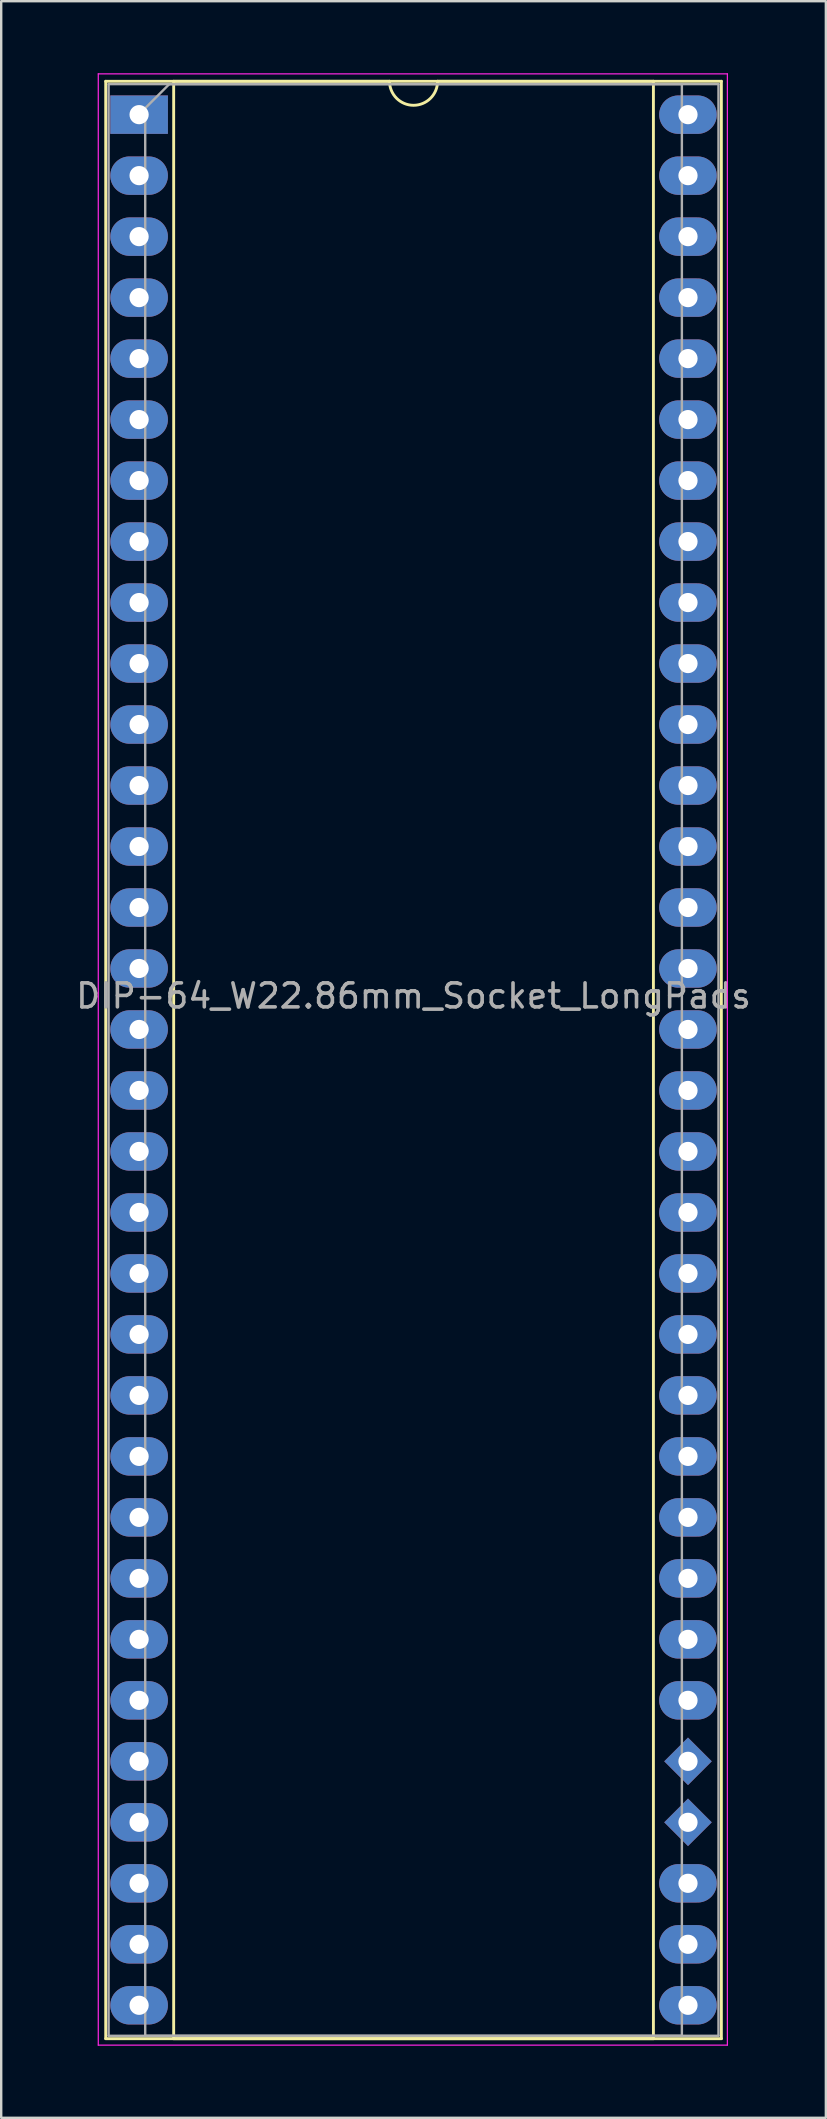
<source format=kicad_pcb>
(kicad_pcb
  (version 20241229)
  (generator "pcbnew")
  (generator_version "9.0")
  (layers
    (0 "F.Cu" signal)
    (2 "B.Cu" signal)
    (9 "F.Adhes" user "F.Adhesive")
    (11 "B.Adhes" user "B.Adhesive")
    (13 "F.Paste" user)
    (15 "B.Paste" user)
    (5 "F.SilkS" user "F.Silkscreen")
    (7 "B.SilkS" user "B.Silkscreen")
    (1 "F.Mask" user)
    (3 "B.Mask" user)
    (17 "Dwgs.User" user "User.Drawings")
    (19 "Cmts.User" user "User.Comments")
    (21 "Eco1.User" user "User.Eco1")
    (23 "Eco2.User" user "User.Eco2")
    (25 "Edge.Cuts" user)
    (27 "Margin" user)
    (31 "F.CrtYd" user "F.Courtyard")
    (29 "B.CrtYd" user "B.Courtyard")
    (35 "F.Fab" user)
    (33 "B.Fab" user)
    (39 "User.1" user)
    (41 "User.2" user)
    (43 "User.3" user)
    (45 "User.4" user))
  (footprint "DIP-64_W22.86mm_Socket_LongPads"
    (layer "F.Cu")
    (at 2.743 1.725)
    (property "Reference" "DIP-64_W22.86mm_Socket_LongPads" (at 11.43 36.703 0) (layer "F.Fab") (effects (font (size 1 1) (thickness 0.15))))
    (attr through_hole)
    (fp_line (start -1.39 -1.39) (end -1.39 80.13) (stroke (width 0.12) (type solid)) (layer "F.SilkS"))
    (fp_line (start -1.39 80.13) (end 24.25 80.13) (stroke (width 0.12) (type solid)) (layer "F.SilkS"))
    (fp_line (start 1.44 -1.39) (end 1.44 80.13) (stroke (width 0.12) (type solid)) (layer "F.SilkS"))
    (fp_line (start 1.44 80.13) (end 21.42 80.13) (stroke (width 0.12) (type solid)) (layer "F.SilkS"))
    (fp_line (start 10.43 -1.39) (end 1.44 -1.39) (stroke (width 0.12) (type solid)) (layer "F.SilkS"))
    (fp_line (start 21.42 -1.39) (end 12.43 -1.39) (stroke (width 0.12) (type solid)) (layer "F.SilkS"))
    (fp_line (start 21.42 80.13) (end 21.42 -1.39) (stroke (width 0.12) (type solid)) (layer "F.SilkS"))
    (fp_line (start 24.25 -1.39) (end -1.39 -1.39) (stroke (width 0.12) (type solid)) (layer "F.SilkS"))
    (fp_line (start 24.25 80.13) (end 24.25 -1.39) (stroke (width 0.12) (type solid)) (layer "F.SilkS"))
    (fp_arc (start 12.43 -1.39) (mid 11.43 -0.39) (end 10.43 -1.39) (stroke (width 0.12) (type solid)) (layer "F.SilkS"))
    (fp_line (start -1.7 -1.7) (end -1.7 80.4) (stroke (width 0.05) (type solid)) (layer "F.CrtYd"))
    (fp_line (start -1.7 80.4) (end 24.5 80.4) (stroke (width 0.05) (type solid)) (layer "F.CrtYd"))
    (fp_line (start 24.5 -1.7) (end -1.7 -1.7) (stroke (width 0.05) (type solid)) (layer "F.CrtYd"))
    (fp_line (start 24.5 80.4) (end 24.5 -1.7) (stroke (width 0.05) (type solid)) (layer "F.CrtYd"))
    (fp_line (start -1.27 -1.27) (end -1.27 80.01) (stroke (width 0.1) (type solid)) (layer "F.Fab"))
    (fp_line (start -1.27 80.01) (end 24.13 80.01) (stroke (width 0.1) (type solid)) (layer "F.Fab"))
    (fp_line (start 0.255 -0.27) (end 1.255 -1.27) (stroke (width 0.1) (type solid)) (layer "F.Fab"))
    (fp_line (start 0.255 80.01) (end 0.255 -0.27) (stroke (width 0.1) (type solid)) (layer "F.Fab"))
    (fp_line (start 1.255 -1.27) (end 22.605 -1.27) (stroke (width 0.1) (type solid)) (layer "F.Fab"))
    (fp_line (start 22.605 -1.27) (end 22.605 80.01) (stroke (width 0.1) (type solid)) (layer "F.Fab"))
    (fp_line (start 22.605 80.01) (end 0.255 80.01) (stroke (width 0.1) (type solid)) (layer "F.Fab"))
    (fp_line (start 24.13 -1.27) (end -1.27 -1.27) (stroke (width 0.1) (type solid)) (layer "F.Fab"))
    (fp_line (start 24.13 80.01) (end 24.13 -1.27) (stroke (width 0.1) (type solid)) (layer "F.Fab"))
    (pad "1" thru_hole rect (at 0 0) (size 2.4 1.6) (drill 0.8) (layers "*.Cu" "*.Mask"))
    (pad "2" thru_hole oval (at 0 2.54) (size 2.4 1.6) (drill 0.8) (layers "*.Cu" "*.Mask"))
    (pad "3" thru_hole oval (at 0 5.08) (size 2.4 1.6) (drill 0.8) (layers "*.Cu" "*.Mask"))
    (pad "4" thru_hole oval (at 0 7.62) (size 2.4 1.6) (drill 0.8) (layers "*.Cu" "*.Mask"))
    (pad "5" thru_hole oval (at 0 10.16) (size 2.4 1.6) (drill 0.8) (layers "*.Cu" "*.Mask"))
    (pad "6" thru_hole oval (at 0 12.7) (size 2.4 1.6) (drill 0.8) (layers "*.Cu" "*.Mask"))
    (pad "7" thru_hole oval (at 0 15.24) (size 2.4 1.6) (drill 0.8) (layers "*.Cu" "*.Mask"))
    (pad "8" thru_hole oval (at 0 17.78) (size 2.4 1.6) (drill 0.8) (layers "*.Cu" "*.Mask"))
    (pad "9" thru_hole oval (at 0 20.32) (size 2.4 1.6) (drill 0.8) (layers "*.Cu" "*.Mask"))
    (pad "10" thru_hole oval (at 0 22.86) (size 2.4 1.6) (drill 0.8) (layers "*.Cu" "*.Mask"))
    (pad "11" thru_hole oval (at 0 25.4) (size 2.4 1.6) (drill 0.8) (layers "*.Cu" "*.Mask"))
    (pad "12" thru_hole oval (at 0 27.94) (size 2.4 1.6) (drill 0.8) (layers "*.Cu" "*.Mask"))
    (pad "13" thru_hole oval (at 0 30.48) (size 2.4 1.6) (drill 0.8) (layers "*.Cu" "*.Mask"))
    (pad "14" thru_hole oval (at 0 33.02) (size 2.4 1.6) (drill 0.8) (layers "*.Cu" "*.Mask"))
    (pad "15" thru_hole oval (at 0 35.56) (size 2.4 1.6) (drill 0.8) (layers "*.Cu" "*.Mask"))
    (pad "16" thru_hole oval (at 0 38.1) (size 2.4 1.6) (drill 0.8) (layers "*.Cu" "*.Mask"))
    (pad "17" thru_hole oval (at 0 40.64) (size 2.4 1.6) (drill 0.8) (layers "*.Cu" "*.Mask"))
    (pad "18" thru_hole oval (at 0 43.18) (size 2.4 1.6) (drill 0.8) (layers "*.Cu" "*.Mask"))
    (pad "19" thru_hole oval (at 0 45.72) (size 2.4 1.6) (drill 0.8) (layers "*.Cu" "*.Mask"))
    (pad "20" thru_hole oval (at 0 48.26) (size 2.4 1.6) (drill 0.8) (layers "*.Cu" "*.Mask"))
    (pad "21" thru_hole oval (at 0 50.8) (size 2.4 1.6) (drill 0.8) (layers "*.Cu" "*.Mask"))
    (pad "22" thru_hole oval (at 0 53.34) (size 2.4 1.6) (drill 0.8) (layers "*.Cu" "*.Mask"))
    (pad "23" thru_hole oval (at 0 55.88) (size 2.4 1.6) (drill 0.8) (layers "*.Cu" "*.Mask"))
    (pad "24" thru_hole oval (at 0 58.42) (size 2.4 1.6) (drill 0.8) (layers "*.Cu" "*.Mask"))
    (pad "25" thru_hole oval (at 0 60.96) (size 2.4 1.6) (drill 0.8) (layers "*.Cu" "*.Mask"))
    (pad "26" thru_hole oval (at 0 63.5) (size 2.4 1.6) (drill 0.8) (layers "*.Cu" "*.Mask"))
    (pad "27" thru_hole oval (at 0 66.04) (size 2.4 1.6) (drill 0.8) (layers "*.Cu" "*.Mask"))
    (pad "28" thru_hole oval (at 0 68.58) (size 2.4 1.6) (drill 0.8) (layers "*.Cu" "*.Mask"))
    (pad "29" thru_hole oval (at 0 71.12) (size 2.4 1.6) (drill 0.8) (layers "*.Cu" "*.Mask"))
    (pad "30" thru_hole oval (at 0 73.66) (size 2.4 1.6) (drill 0.8) (layers "*.Cu" "*.Mask"))
    (pad "31" thru_hole oval (at 0 76.2) (size 2.4 1.6) (drill 0.8) (layers "*.Cu" "*.Mask"))
    (pad "32" thru_hole oval (at 0 78.74) (size 2.4 1.6) (drill 0.8) (layers "*.Cu" "*.Mask"))
    (pad "33" thru_hole oval (at 22.86 78.74) (size 2.4 1.6) (drill 0.8) (layers "*.Cu" "*.Mask"))
    (pad "34" thru_hole oval (at 22.86 76.2) (size 2.4 1.6) (drill 0.8) (layers "*.Cu" "*.Mask"))
    (pad "35" thru_hole oval (at 22.86 73.66) (size 2.4 1.6) (drill 0.8) (layers "*.Cu" "*.Mask"))
    (pad "36" thru_hole trapezoid (at 22.86 71.12 45) (size 1.4 1.4) (drill 0.8) (layers "*.Cu" "*.Mask"))
    (pad "37" thru_hole trapezoid (at 22.86 68.58 45) (size 1.4 1.4) (drill 0.8) (layers "*.Cu" "*.Mask"))
    (pad "38" thru_hole oval (at 22.86 66.04) (size 2.4 1.6) (drill 0.8) (layers "*.Cu" "*.Mask"))
    (pad "39" thru_hole oval (at 22.86 63.5) (size 2.4 1.6) (drill 0.8) (layers "*.Cu" "*.Mask"))
    (pad "40" thru_hole oval (at 22.86 60.96) (size 2.4 1.6) (drill 0.8) (layers "*.Cu" "*.Mask"))
    (pad "41" thru_hole oval (at 22.86 58.42) (size 2.4 1.6) (drill 0.8) (layers "*.Cu" "*.Mask"))
    (pad "42" thru_hole oval (at 22.86 55.88) (size 2.4 1.6) (drill 0.8) (layers "*.Cu" "*.Mask"))
    (pad "43" thru_hole oval (at 22.86 53.34) (size 2.4 1.6) (drill 0.8) (layers "*.Cu" "*.Mask"))
    (pad "44" thru_hole oval (at 22.86 50.8) (size 2.4 1.6) (drill 0.8) (layers "*.Cu" "*.Mask"))
    (pad "45" thru_hole oval (at 22.86 48.26) (size 2.4 1.6) (drill 0.8) (layers "*.Cu" "*.Mask"))
    (pad "46" thru_hole oval (at 22.86 45.72) (size 2.4 1.6) (drill 0.8) (layers "*.Cu" "*.Mask"))
    (pad "47" thru_hole oval (at 22.86 43.18) (size 2.4 1.6) (drill 0.8) (layers "*.Cu" "*.Mask"))
    (pad "48" thru_hole oval (at 22.86 40.64) (size 2.4 1.6) (drill 0.8) (layers "*.Cu" "*.Mask"))
    (pad "49" thru_hole oval (at 22.86 38.1) (size 2.4 1.6) (drill 0.8) (layers "*.Cu" "*.Mask"))
    (pad "50" thru_hole oval (at 22.86 35.56) (size 2.4 1.6) (drill 0.8) (layers "*.Cu" "*.Mask"))
    (pad "51" thru_hole oval (at 22.86 33.02) (size 2.4 1.6) (drill 0.8) (layers "*.Cu" "*.Mask"))
    (pad "52" thru_hole oval (at 22.86 30.48) (size 2.4 1.6) (drill 0.8) (layers "*.Cu" "*.Mask"))
    (pad "53" thru_hole oval (at 22.86 27.94) (size 2.4 1.6) (drill 0.8) (layers "*.Cu" "*.Mask"))
    (pad "54" thru_hole oval (at 22.86 25.4) (size 2.4 1.6) (drill 0.8) (layers "*.Cu" "*.Mask"))
    (pad "55" thru_hole oval (at 22.86 22.86) (size 2.4 1.6) (drill 0.8) (layers "*.Cu" "*.Mask"))
    (pad "56" thru_hole oval (at 22.86 20.32) (size 2.4 1.6) (drill 0.8) (layers "*.Cu" "*.Mask"))
    (pad "57" thru_hole oval (at 22.86 17.78) (size 2.4 1.6) (drill 0.8) (layers "*.Cu" "*.Mask"))
    (pad "58" thru_hole oval (at 22.86 15.24) (size 2.4 1.6) (drill 0.8) (layers "*.Cu" "*.Mask"))
    (pad "59" thru_hole oval (at 22.86 12.7) (size 2.4 1.6) (drill 0.8) (layers "*.Cu" "*.Mask"))
    (pad "60" thru_hole oval (at 22.86 10.16) (size 2.4 1.6) (drill 0.8) (layers "*.Cu" "*.Mask"))
    (pad "61" thru_hole oval (at 22.86 7.62) (size 2.4 1.6) (drill 0.8) (layers "*.Cu" "*.Mask"))
    (pad "62" thru_hole oval (at 22.86 5.08) (size 2.4 1.6) (drill 0.8) (layers "*.Cu" "*.Mask"))
    (pad "63" thru_hole oval (at 22.86 2.54) (size 2.4 1.6) (drill 0.8) (layers "*.Cu" "*.Mask"))
    (pad "64" thru_hole oval (at 22.86 0) (size 2.4 1.6) (drill 0.8) (layers "*.Cu" "*.Mask")))
  (gr_rect
    (start -3 -3)
    (end 31.345 85.15)
    (stroke (width 0.1) (type default))
    (fill no)
    (layer "Edge.Cuts")))
</source>
